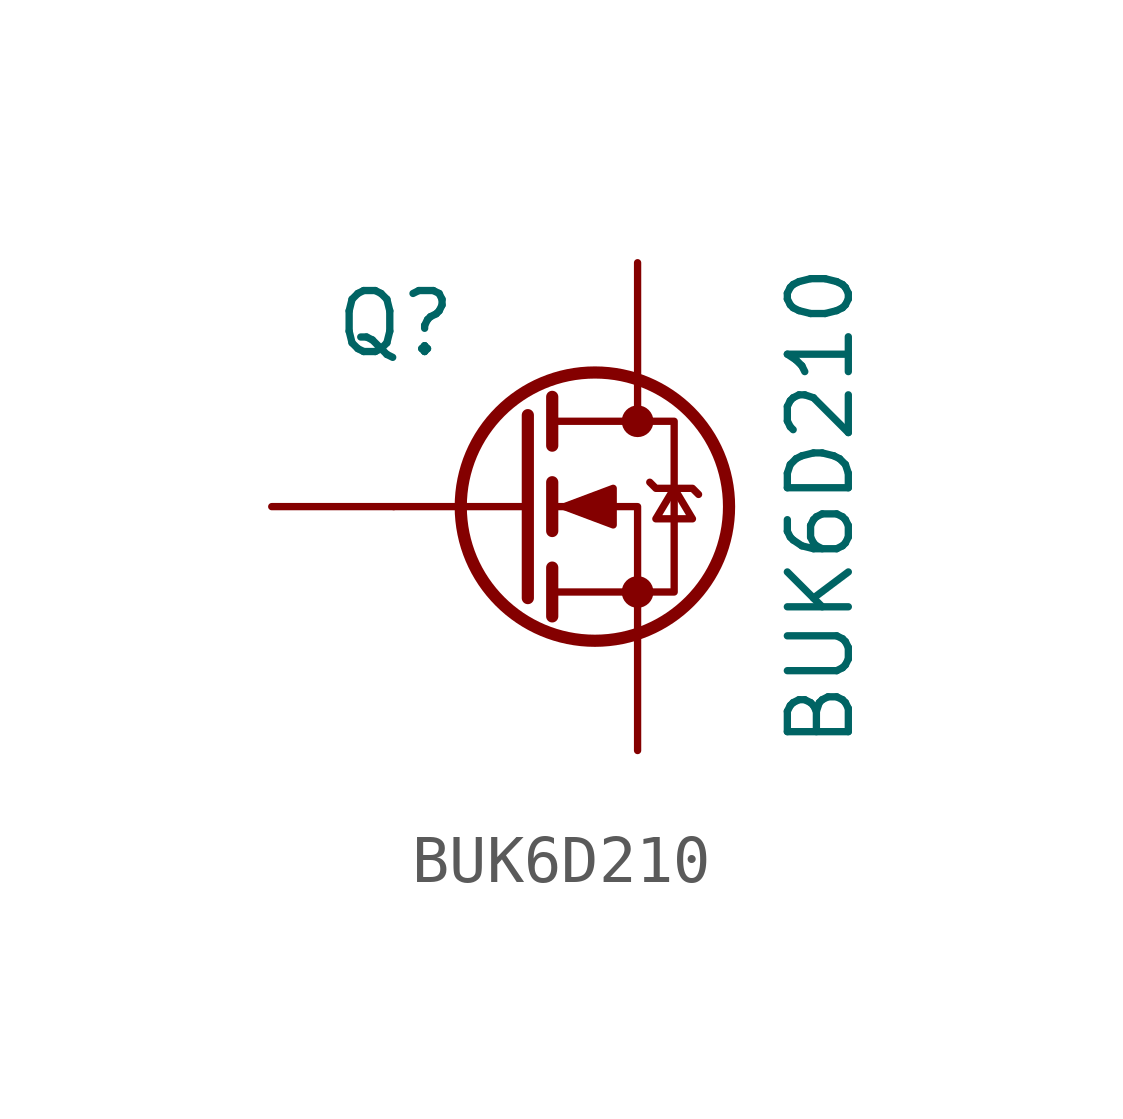
<source format=kicad_sym>
(kicad_symbol_lib
  (version 20220914)
  (generator kicad_symbol_editor)
  (symbol "BUK6D210"
    (pin_numbers hide)
    (pin_names
      (offset 0) hide)
    (property "Reference" "Q"
      (at -3.81 3.81 0)
      (effects (font (size 1.27 1.27)) (justify left)))
    (property "Value" "BUK6D210"
      (at 6.35 0 90)
      (effects (font (size 1.27 1.27))))
    (symbol "BUK6D210_0_1"
      (polyline (pts (xy 0.254 0) (xy -2.54 0)) (stroke (width 0) (type default)) (fill (type none)))
      (polyline (pts (xy 0.254 1.905) (xy 0.254 -1.905)) (stroke (width 0.254) (type default)) (fill (type none)))
      (polyline (pts (xy 0.762 -1.27) (xy 0.762 -2.286)) (stroke (width 0.254) (type default)) (fill (type none)))
      (polyline (pts (xy 0.762 0.508) (xy 0.762 -0.508)) (stroke (width 0.254) (type default)) (fill (type none)))
      (polyline (pts (xy 0.762 2.286) (xy 0.762 1.27)) (stroke (width 0.254) (type default)) (fill (type none)))
      (polyline (pts (xy 2.54 2.54) (xy 2.54 1.778)) (stroke (width 0) (type default)) (fill (type none)))
      (polyline (pts (xy 2.54 -2.54) (xy 2.54 0) (xy 0.762 0)) (stroke (width 0) (type default)) (fill (type none)))
      (polyline (pts (xy 0.762 -1.778) (xy 3.302 -1.778) (xy 3.302 1.778) (xy 0.762 1.778)) (stroke (width 0) (type default)) (fill (type none)))
      (polyline (pts (xy 1.016 0) (xy 2.032 0.381) (xy 2.032 -0.381) (xy 1.016 0)) (stroke (width 0) (type default)) (fill (type outline)))
      (polyline (pts (xy 2.794 0.508) (xy 2.921 0.381) (xy 3.683 0.381) (xy 3.81 0.254)) (stroke (width 0) (type default)) (fill (type none)))
      (polyline (pts (xy 3.302 0.381) (xy 2.921 -0.254) (xy 3.683 -0.254) (xy 3.302 0.381)) (stroke (width 0) (type default)) (fill (type none)))
      (circle (center 1.651 0) (radius 2.794) (stroke (width 0.254) (type default)) (fill (type none)))
      (circle (center 2.54 -1.778) (radius 0.254) (stroke (width 0) (type default)) (fill (type outline)))
      (circle (center 2.54 1.778) (radius 0.254) (stroke (width 0) (type default)) (fill (type outline))))
    (symbol "BUK6D210_1_1"
      (pin passive line (at 2.54 5.08 270) (length 2.54) (name "D" (effects (font (size 1.27 1.27)))) (number "1" (effects (font (size 1.27 1.27)))))
      (pin passive line (at 2.54 5.08 270) (length 2.54) hide (name "D" (effects (font (size 1.27 1.27)))) (number "2" (effects (font (size 1.27 1.27)))))
      (pin input line (at -5.08 0 0) (length 2.54) (name "G" (effects (font (size 1.27 1.27)))) (number "3" (effects (font (size 1.27 1.27)))))
      (pin passive line (at 2.54 -5.08 90) (length 2.54) (name "S" (effects (font (size 1.27 1.27)))) (number "4" (effects (font (size 1.27 1.27)))))
      (pin passive line (at 2.54 5.08 270) (length 2.54) hide (name "D" (effects (font (size 1.27 1.27)))) (number "5" (effects (font (size 1.27 1.27)))))
      (pin passive line (at 2.54 5.08 270) (length 2.54) hide (name "D" (effects (font (size 1.27 1.27)))) (number "6" (effects (font (size 1.27 1.27)))))
      (pin passive line (at 2.54 5.08 270) (length 2.54) hide (name "D" (effects (font (size 1.27 1.27)))) (number "7" (effects (font (size 1.27 1.27)))))
      (pin passive line (at 2.54 -5.08 90) (length 2.54) hide (name "S" (effects (font (size 1.27 1.27)))) (number "8" (effects (font (size 1.27 1.27))))))))
</source>
